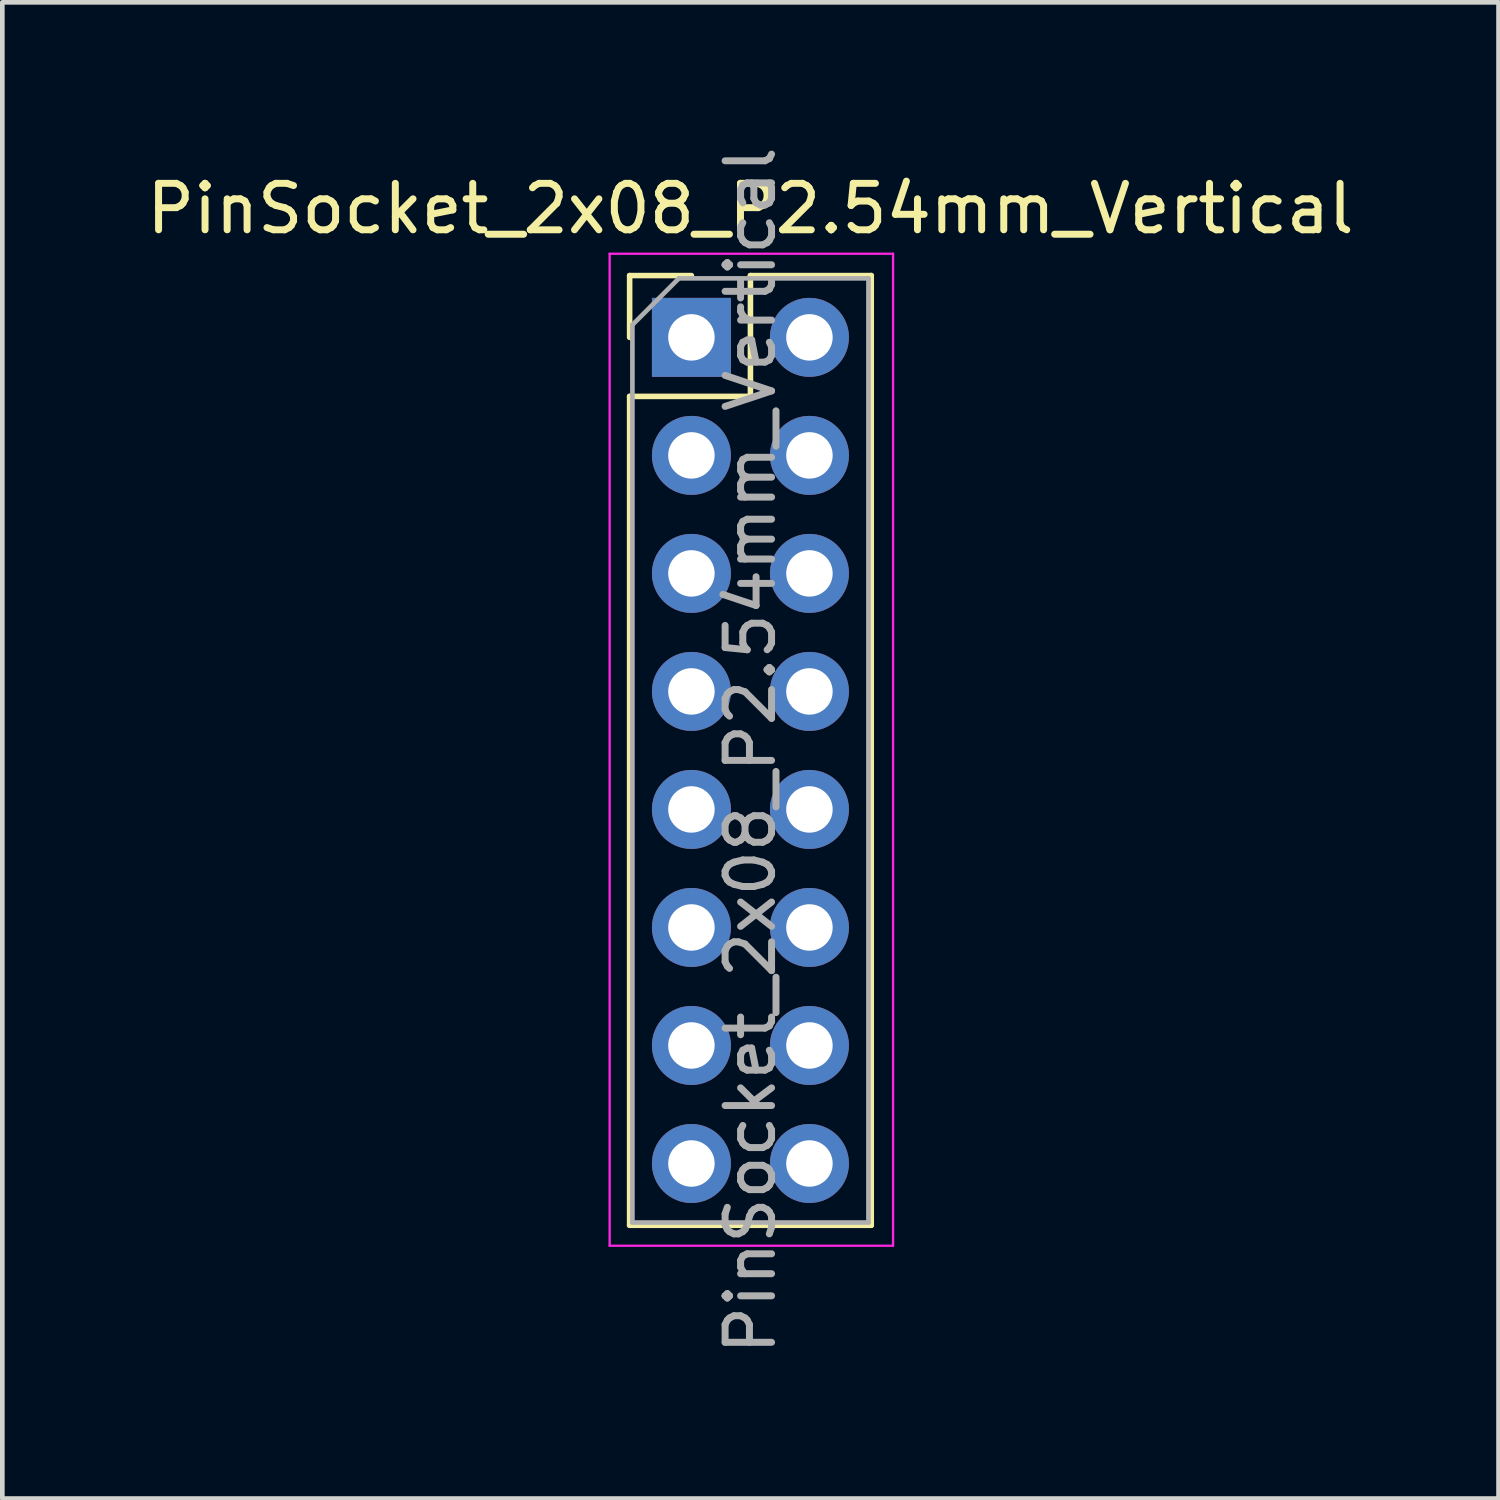
<source format=kicad_pcb>
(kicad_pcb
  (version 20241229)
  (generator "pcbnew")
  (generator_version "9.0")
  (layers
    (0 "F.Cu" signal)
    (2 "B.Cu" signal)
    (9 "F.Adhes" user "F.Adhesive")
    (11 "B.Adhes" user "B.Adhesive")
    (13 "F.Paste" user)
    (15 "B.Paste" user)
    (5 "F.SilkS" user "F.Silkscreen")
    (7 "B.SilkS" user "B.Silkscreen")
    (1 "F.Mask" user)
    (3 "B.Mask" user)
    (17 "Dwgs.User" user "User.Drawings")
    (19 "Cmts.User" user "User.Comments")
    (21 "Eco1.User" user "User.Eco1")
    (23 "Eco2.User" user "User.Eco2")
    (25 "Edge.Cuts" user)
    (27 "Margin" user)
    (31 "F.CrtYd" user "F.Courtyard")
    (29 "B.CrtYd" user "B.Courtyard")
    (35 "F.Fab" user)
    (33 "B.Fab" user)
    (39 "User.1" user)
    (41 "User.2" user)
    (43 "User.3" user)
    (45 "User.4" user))
  (footprint "PinSocket_2x08_P2.54mm_Vertical"
    (layer "F.Cu")
    (at 13.331 13.211)
    (property "Reference" "PinSocket_2x08_P2.54mm_Vertical" (at -0.23 -11.77 0) (layer "F.SilkS") (effects (font (size 1 1) (thickness 0.15))))
    (attr through_hole)
    (fp_line (start -2.83 -10.33) (end -2.83 -9) (stroke (width 0.12) (type solid)) (layer "F.SilkS"))
    (fp_line (start -2.83 -7.73) (end -2.83 10.11) (stroke (width 0.12) (type solid)) (layer "F.SilkS"))
    (fp_line (start -1.5 -10.33) (end -2.83 -10.33) (stroke (width 0.12) (type solid)) (layer "F.SilkS"))
    (fp_line (start -0.23 -10.33) (end -0.23 -7.73) (stroke (width 0.12) (type solid)) (layer "F.SilkS"))
    (fp_line (start -0.23 -7.73) (end -2.83 -7.73) (stroke (width 0.12) (type solid)) (layer "F.SilkS"))
    (fp_line (start 2.37 -10.33) (end -0.23 -10.33) (stroke (width 0.12) (type solid)) (layer "F.SilkS"))
    (fp_line (start 2.37 -10.33) (end 2.37 10.11) (stroke (width 0.12) (type solid)) (layer "F.SilkS"))
    (fp_line (start 2.37 10.11) (end -2.83 10.11) (stroke (width 0.12) (type solid)) (layer "F.SilkS"))
    (fp_line (start -3.26 -10.8) (end -3.26 10.55) (stroke (width 0.05) (type solid)) (layer "F.CrtYd"))
    (fp_line (start -3.26 10.55) (end 2.84 10.55) (stroke (width 0.05) (type solid)) (layer "F.CrtYd"))
    (fp_line (start 2.84 -10.8) (end -3.26 -10.8) (stroke (width 0.05) (type solid)) (layer "F.CrtYd"))
    (fp_line (start 2.84 10.55) (end 2.84 -10.8) (stroke (width 0.05) (type solid)) (layer "F.CrtYd"))
    (fp_line (start -2.77 -9.27) (end -2.77 10.05) (stroke (width 0.1) (type solid)) (layer "F.Fab"))
    (fp_line (start -2.77 10.05) (end 2.31 10.05) (stroke (width 0.1) (type solid)) (layer "F.Fab"))
    (fp_line (start -1.77 -10.27) (end -2.77 -9.27) (stroke (width 0.1) (type solid)) (layer "F.Fab"))
    (fp_line (start 2.31 -10.27) (end -1.77 -10.27) (stroke (width 0.1) (type solid)) (layer "F.Fab"))
    (fp_line (start 2.31 10.05) (end 2.31 -10.27) (stroke (width 0.1) (type solid)) (layer "F.Fab"))
    (fp_text user "${REFERENCE}" (at -0.23 -0.11 90) (layer "F.Fab") (effects (font (size 1 1) (thickness 0.15))))
    (pad "1" thru_hole rect (at -1.5 -9) (size 1.7 1.7) (drill 1) (layers "*.Cu" "*.Mask"))
    (pad "2" thru_hole oval (at 1.04 -9) (size 1.7 1.7) (drill 1) (layers "*.Cu" "*.Mask"))
    (pad "3" thru_hole oval (at -1.5 -6.46) (size 1.7 1.7) (drill 1) (layers "*.Cu" "*.Mask"))
    (pad "4" thru_hole oval (at 1.04 -6.46) (size 1.7 1.7) (drill 1) (layers "*.Cu" "*.Mask"))
    (pad "5" thru_hole oval (at -1.5 -3.92) (size 1.7 1.7) (drill 1) (layers "*.Cu" "*.Mask"))
    (pad "6" thru_hole oval (at 1.04 -3.92) (size 1.7 1.7) (drill 1) (layers "*.Cu" "*.Mask"))
    (pad "7" thru_hole oval (at -1.5 -1.38) (size 1.7 1.7) (drill 1) (layers "*.Cu" "*.Mask"))
    (pad "8" thru_hole oval (at 1.04 -1.38) (size 1.7 1.7) (drill 1) (layers "*.Cu" "*.Mask"))
    (pad "9" thru_hole oval (at -1.5 1.16) (size 1.7 1.7) (drill 1) (layers "*.Cu" "*.Mask"))
    (pad "10" thru_hole oval (at 1.04 1.16) (size 1.7 1.7) (drill 1) (layers "*.Cu" "*.Mask"))
    (pad "11" thru_hole oval (at -1.5 3.7) (size 1.7 1.7) (drill 1) (layers "*.Cu" "*.Mask"))
    (pad "12" thru_hole oval (at 1.04 3.7) (size 1.7 1.7) (drill 1) (layers "*.Cu" "*.Mask"))
    (pad "13" thru_hole oval (at -1.5 6.24) (size 1.7 1.7) (drill 1) (layers "*.Cu" "*.Mask"))
    (pad "14" thru_hole oval (at 1.04 6.24) (size 1.7 1.7) (drill 1) (layers "*.Cu" "*.Mask"))
    (pad "15" thru_hole oval (at -1.5 8.78) (size 1.7 1.7) (drill 1) (layers "*.Cu" "*.Mask"))
    (pad "16" thru_hole oval (at 1.04 8.78) (size 1.7 1.7) (drill 1) (layers "*.Cu" "*.Mask")))
  (gr_rect
    (start -3 -3)
    (end 29.202 29.202)
    (stroke (width 0.1) (type default))
    (fill no)
    (layer "Edge.Cuts")))
</source>
